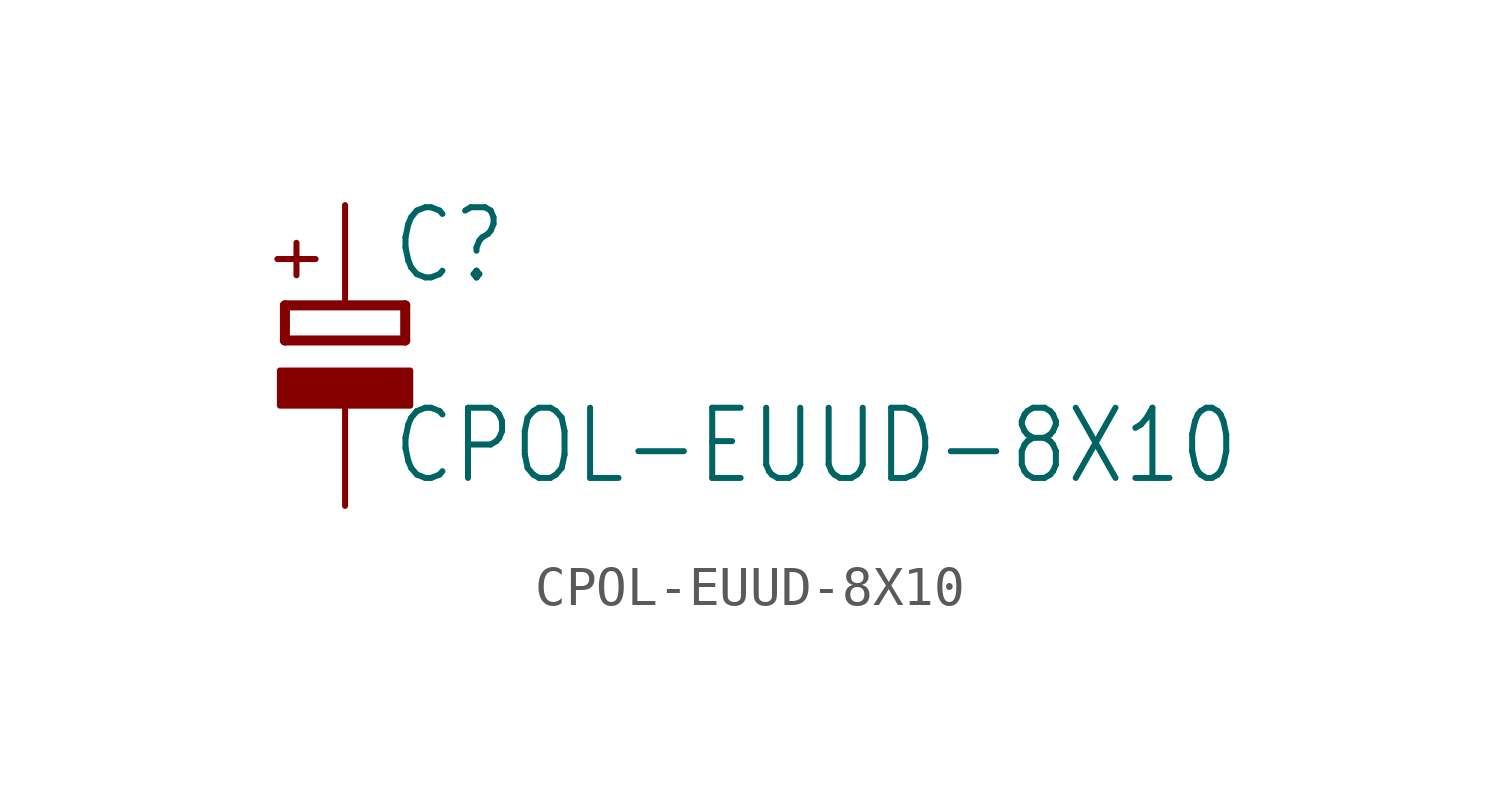
<source format=kicad_sym>
(kicad_symbol_lib
  (version 20210619)
  (generator kicad_symbol_editor)
  (symbol "CPOL-EUUD-8X10"
    (property "Reference" "C"
      (at 1.143 0.483 0)
      (effects (font (size 1.778 1.511)) (justify left bottom)))
    (property "Value" "CPOL-EUUD-8X10"
      (at 1.143 -4.597 0)
      (effects (font (size 1.778 1.511)) (justify left bottom)))
    (property "ki_locked" ""
      (at 0 0 0)
      (effects (font (size 1.27 1.27))))
    (symbol "CPOL-EUUD-8X10_1_0"
      (text "+" (at -0.584 0.406 900) (effects (font (size 1.27 1.079)) (justify left bottom)))
      (rectangle (start -1.651 -2.54) (end 1.651 -1.651) (stroke (width 0)) (fill (type outline)))
      (polyline (pts (xy -1.524 -0.889) (xy 1.524 -0.889)) (stroke (width 0.254)) (fill (type none)))
      (polyline (pts (xy -1.524 0) (xy -1.524 -0.889)) (stroke (width 0.254)) (fill (type none)))
      (polyline (pts (xy -1.524 0) (xy 1.524 0)) (stroke (width 0.254)) (fill (type none)))
      (polyline (pts (xy 1.524 -0.889) (xy 1.524 0)) (stroke (width 0.254)) (fill (type none)))
      (pin passive line (at 0 2.54 270) (length 2.54) (name "+" (effects (font (size 0 0)))) (number "+" (effects (font (size 0 0)))))
      (pin passive line (at 0 -5.08 90) (length 2.54) (name "-" (effects (font (size 0 0)))) (number "-" (effects (font (size 0 0))))))))
</source>
